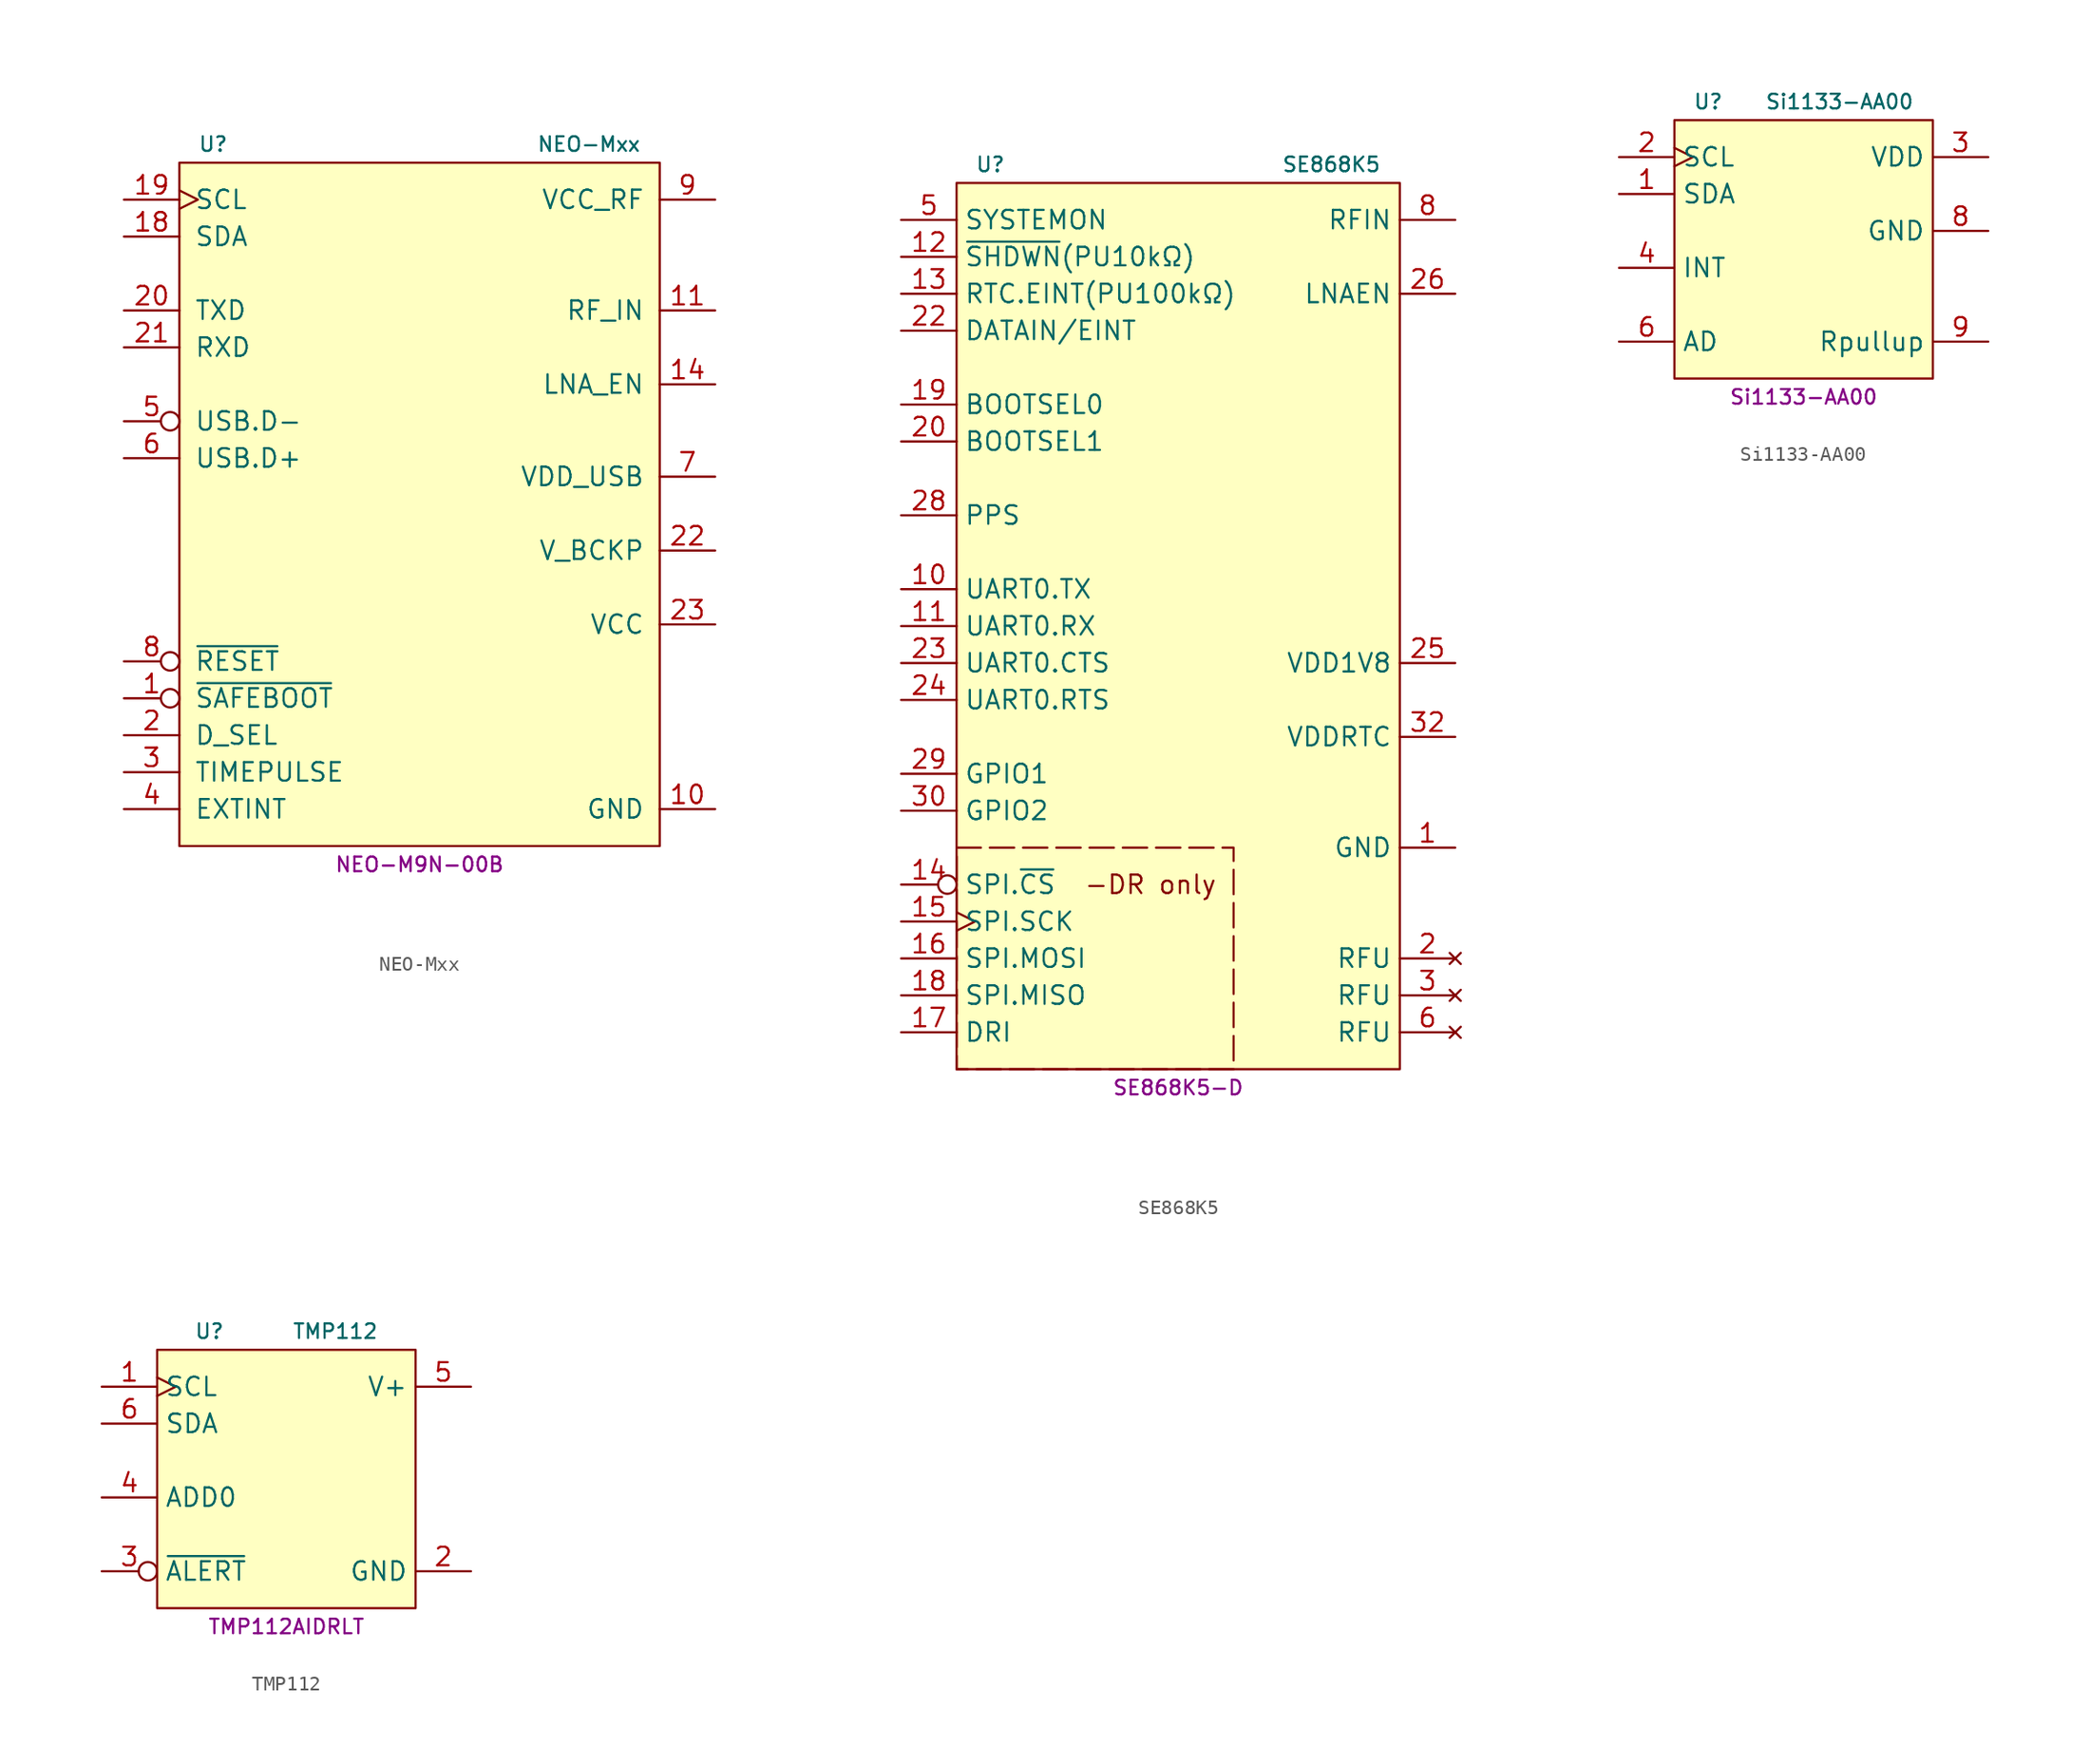
<source format=kicad_sym>
(kicad_symbol_lib
  (version 20231120)
  (generator "kicad_symbol_editor")
  (generator_version "8.0")
  (symbol "NEO-Mxx"
    (pin_names
      (offset 1.016))
    (property "Reference" "U"
      (at -15.24 25.4 0)
      (do_not_autoplace)
      (effects (font (size 1 1)) (justify left)))
    (property "Value" "NEO-Mxx"
      (at 15.24 25.4 0)
      (do_not_autoplace)
      (effects (font (size 1 1)) (justify right)))
    (property "MPN" "NEO-M9N-00B"
      (at 0 -24.13 0)
      (do_not_autoplace)
      (effects (font (size 1 1))))
    (symbol "NEO-Mxx_1_1"
      (rectangle (start -16.51 24.13) (end 16.51 -22.86) (stroke (width 0) (type default)) (fill (type background)))
      (pin input inverted (at -20.32 -12.7 0) (length 3.81) (name "~{SAFEBOOT}" (effects (font (size 1.27 1.27)))) (number "1" (effects (font (size 1.27 1.27)))))
      (pin power_in line (at 20.32 -20.32 180) (length 3.81) (name "GND" (effects (font (size 1.27 1.27)))) (number "10" (effects (font (size 1.27 1.27)))))
      (pin input line (at 20.32 13.97 180) (length 3.81) (name "RF_IN" (effects (font (size 1.27 1.27)))) (number "11" (effects (font (size 1.27 1.27)))))
      (pin passive line (at 20.32 -20.32 180) (length 3.81) hide (name "GND" (effects (font (size 1.27 1.27)))) (number "12" (effects (font (size 1.27 1.27)))))
      (pin passive line (at 20.32 -20.32 180) (length 3.81) hide (name "GND" (effects (font (size 1.27 1.27)))) (number "13" (effects (font (size 1.27 1.27)))))
      (pin output line (at 20.32 8.89 180) (length 3.81) (name "LNA_EN" (effects (font (size 1.27 1.27)))) (number "14" (effects (font (size 1.27 1.27)))))
      (pin open_collector line (at -20.32 19.05 0) (length 3.81) (name "SDA" (effects (font (size 1.27 1.27)))) (number "18" (effects (font (size 1.27 1.27)))) (alternate "~{CS}" input inverted))
      (pin open_collector clock (at -20.32 21.59 0) (length 3.81) (name "SCL" (effects (font (size 1.27 1.27)))) (number "19" (effects (font (size 1.27 1.27)))) (alternate "SCK" input clock))
      (pin input line (at -20.32 -15.24 0) (length 3.81) (name "D_SEL" (effects (font (size 1.27 1.27)))) (number "2" (effects (font (size 1.27 1.27)))))
      (pin output line (at -20.32 13.97 0) (length 3.81) (name "TXD" (effects (font (size 1.27 1.27)))) (number "20" (effects (font (size 1.27 1.27)))) (alternate "MISO" output line))
      (pin input line (at -20.32 11.43 0) (length 3.81) (name "RXD" (effects (font (size 1.27 1.27)))) (number "21" (effects (font (size 1.27 1.27)))) (alternate "MOSI" input line))
      (pin power_in line (at 20.32 -2.54 180) (length 3.81) (name "V_BCKP" (effects (font (size 1.27 1.27)))) (number "22" (effects (font (size 1.27 1.27)))))
      (pin power_in line (at 20.32 -7.62 180) (length 3.81) (name "VCC" (effects (font (size 1.27 1.27)))) (number "23" (effects (font (size 1.27 1.27)))))
      (pin passive line (at 20.32 -20.32 180) (length 3.81) hide (name "GND" (effects (font (size 1.27 1.27)))) (number "24" (effects (font (size 1.27 1.27)))))
      (pin output line (at -20.32 -17.78 0) (length 3.81) (name "TIMEPULSE" (effects (font (size 1.27 1.27)))) (number "3" (effects (font (size 1.27 1.27)))))
      (pin input line (at -20.32 -20.32 0) (length 3.81) (name "EXTINT" (effects (font (size 1.27 1.27)))) (number "4" (effects (font (size 1.27 1.27)))))
      (pin bidirectional inverted (at -20.32 6.35 0) (length 3.81) (name "USB.D-" (effects (font (size 1.27 1.27)))) (number "5" (effects (font (size 1.27 1.27)))))
      (pin bidirectional line (at -20.32 3.81 0) (length 3.81) (name "USB.D+" (effects (font (size 1.27 1.27)))) (number "6" (effects (font (size 1.27 1.27)))))
      (pin power_in line (at 20.32 2.54 180) (length 3.81) (name "VDD_USB" (effects (font (size 1.27 1.27)))) (number "7" (effects (font (size 1.27 1.27)))))
      (pin input inverted (at -20.32 -10.16 0) (length 3.81) (name "~{RESET}" (effects (font (size 1.27 1.27)))) (number "8" (effects (font (size 1.27 1.27)))))
      (pin power_out line (at 20.32 21.59 180) (length 3.81) (name "VCC_RF" (effects (font (size 1.27 1.27)))) (number "9" (effects (font (size 1.27 1.27)))))))
  (symbol "SE868K5"
    (property "Reference" "U"
      (at -13.97 29.21 0)
      (do_not_autoplace)
      (effects (font (size 1 1)) (justify left)))
    (property "Value" "SE868K5"
      (at 13.97 29.21 0)
      (do_not_autoplace)
      (effects (font (size 1 1)) (justify right)))
    (property "MPN" "SE868K5-D"
      (at 0 -34.29 0)
      (do_not_autoplace)
      (effects (font (size 1 1))))
    (symbol "SE868K5_1_1"
      (rectangle (start -15.24 -17.78) (end 3.81 -33.02) (stroke (width 0) (type dash)) (fill (type none)))
      (rectangle (start -15.24 27.94) (end 15.24 -33.02) (stroke (width 0) (type default)) (fill (type background)))
      (text "-DR only" (at -1.905 -20.32 0) (effects (font (size 1.27 1.27))))
      (pin power_in line (at 19.05 -17.78 180) (length 3.81) (name "GND" (effects (font (size 1.27 1.27)))) (number "1" (effects (font (size 1.27 1.27)))))
      (pin output line (at -19.05 0 0) (length 3.81) (name "UART0.TX" (effects (font (size 1.27 1.27)))) (number "10" (effects (font (size 1.27 1.27)))) (alternate "I2C0.SCL" input clock) (alternate "SPI.MISO" output line))
      (pin input line (at -19.05 -2.54 0) (length 3.81) (name "UART0.RX" (effects (font (size 1.27 1.27)))) (number "11" (effects (font (size 1.27 1.27)))) (alternate "I2C0.SDA" bidirectional line) (alternate "SPI.MOSI" input line))
      (pin input line (at -19.05 22.86 0) (length 3.81) (name "~{SHDWN}(PU10kΩ)" (effects (font (size 1.27 1.27)))) (number "12" (effects (font (size 1.27 1.27)))))
      (pin input line (at -19.05 20.32 0) (length 3.81) (name "RTC.EINT(PU100kΩ)" (effects (font (size 1.27 1.27)))) (number "13" (effects (font (size 1.27 1.27)))))
      (pin output inverted (at -19.05 -20.32 0) (length 3.81) (name "SPI.~{CS}" (effects (font (size 1.27 1.27)))) (number "14" (effects (font (size 1.27 1.27)))) (alternate "GPIO" bidirectional line))
      (pin output clock (at -19.05 -22.86 0) (length 3.81) (name "SPI.SCK" (effects (font (size 1.27 1.27)))) (number "15" (effects (font (size 1.27 1.27)))) (alternate "GPIO" bidirectional line))
      (pin output line (at -19.05 -25.4 0) (length 3.81) (name "SPI.MOSI" (effects (font (size 1.27 1.27)))) (number "16" (effects (font (size 1.27 1.27)))) (alternate "GPIO" bidirectional line))
      (pin output line (at -19.05 -30.48 0) (length 3.81) (name "DRI" (effects (font (size 1.27 1.27)))) (number "17" (effects (font (size 1.27 1.27)))) (alternate "SENS.INT" output line) (alternate "WAKEUPHOST" output line))
      (pin input line (at -19.05 -27.94 0) (length 3.81) (name "SPI.MISO" (effects (font (size 1.27 1.27)))) (number "18" (effects (font (size 1.27 1.27)))) (alternate "GPIO" bidirectional line))
      (pin input line (at -19.05 12.7 0) (length 3.81) (name "BOOTSEL0" (effects (font (size 1.27 1.27)))) (number "19" (effects (font (size 1.27 1.27)))))
      (pin no_connect line (at 19.05 -25.4 180) (length 3.81) (name "RFU" (effects (font (size 1.27 1.27)))) (number "2" (effects (font (size 1.27 1.27)))))
      (pin input line (at -19.05 10.16 0) (length 3.81) (name "BOOTSEL1" (effects (font (size 1.27 1.27)))) (number "20" (effects (font (size 1.27 1.27)))))
      (pin passive line (at 19.05 -17.78 180) (length 3.81) hide (name "GND" (effects (font (size 1.27 1.27)))) (number "21" (effects (font (size 1.27 1.27)))))
      (pin input line (at -19.05 17.78 0) (length 3.81) (name "DATAIN/EINT" (effects (font (size 1.27 1.27)))) (number "22" (effects (font (size 1.27 1.27)))))
      (pin input line (at -19.05 -5.08 0) (length 3.81) (name "UART0.CTS" (effects (font (size 1.27 1.27)))) (number "23" (effects (font (size 1.27 1.27)))) (alternate "GPIO" bidirectional line) (alternate "SPI.~{CS}" input inverted))
      (pin output line (at -19.05 -7.62 0) (length 3.81) (name "UART0.RTS" (effects (font (size 1.27 1.27)))) (number "24" (effects (font (size 1.27 1.27)))) (alternate "GPIO" bidirectional line) (alternate "SPI.SCK" input clock))
      (pin power_in line (at 19.05 -5.08 180) (length 3.81) (name "VDD1V8" (effects (font (size 1.27 1.27)))) (number "25" (effects (font (size 1.27 1.27)))))
      (pin output line (at 19.05 20.32 180) (length 3.81) (name "LNAEN" (effects (font (size 1.27 1.27)))) (number "26" (effects (font (size 1.27 1.27)))))
      (pin passive line (at 19.05 -5.08 180) (length 3.81) hide (name "VDD1V8" (effects (font (size 1.27 1.27)))) (number "27" (effects (font (size 1.27 1.27)))))
      (pin bidirectional line (at -19.05 5.08 0) (length 3.81) (name "PPS" (effects (font (size 1.27 1.27)))) (number "28" (effects (font (size 1.27 1.27)))))
      (pin bidirectional line (at -19.05 -12.7 0) (length 3.81) (name "GPIO1" (effects (font (size 1.27 1.27)))) (number "29" (effects (font (size 1.27 1.27)))) (alternate "I2C1.SCL" input clock) (alternate "UART1.RX" input line))
      (pin no_connect line (at 19.05 -27.94 180) (length 3.81) (name "RFU" (effects (font (size 1.27 1.27)))) (number "3" (effects (font (size 1.27 1.27)))))
      (pin bidirectional line (at -19.05 -15.24 0) (length 3.81) (name "GPIO2" (effects (font (size 1.27 1.27)))) (number "30" (effects (font (size 1.27 1.27)))) (alternate "I2C1.SDA" bidirectional line) (alternate "UART1.TX" output line))
      (pin passive line (at 19.05 -17.78 180) (length 3.81) hide (name "GND" (effects (font (size 1.27 1.27)))) (number "31" (effects (font (size 1.27 1.27)))))
      (pin power_in line (at 19.05 -10.16 180) (length 3.81) (name "VDDRTC" (effects (font (size 1.27 1.27)))) (number "32" (effects (font (size 1.27 1.27)))))
      (pin passive line (at 19.05 -17.78 180) (length 3.81) hide (name "GND" (effects (font (size 1.27 1.27)))) (number "4" (effects (font (size 1.27 1.27)))))
      (pin output line (at -19.05 25.4 0) (length 3.81) (name "SYSTEMON" (effects (font (size 1.27 1.27)))) (number "5" (effects (font (size 1.27 1.27)))))
      (pin no_connect line (at 19.05 -30.48 180) (length 3.81) (name "RFU" (effects (font (size 1.27 1.27)))) (number "6" (effects (font (size 1.27 1.27)))))
      (pin passive line (at 19.05 -17.78 180) (length 3.81) hide (name "GND" (effects (font (size 1.27 1.27)))) (number "7" (effects (font (size 1.27 1.27)))))
      (pin input line (at 19.05 25.4 180) (length 3.81) (name "RFIN" (effects (font (size 1.27 1.27)))) (number "8" (effects (font (size 1.27 1.27)))))
      (pin passive line (at 19.05 -17.78 180) (length 3.81) hide (name "GND" (effects (font (size 1.27 1.27)))) (number "9" (effects (font (size 1.27 1.27)))))))
  (symbol "Si1133-AA00"
    (property "Reference" "U"
      (at -7.62 8.89 0)
      (do_not_autoplace)
      (effects (font (size 1 1)) (justify left)))
    (property "Value" "Si1133-AA00"
      (at 7.62 8.89 0)
      (do_not_autoplace)
      (effects (font (size 1 1)) (justify right)))
    (property "MPN" "Si1133-AA00"
      (at 0 -11.43 0)
      (do_not_autoplace)
      (effects (font (size 1 1))))
    (symbol "Si1133-AA00_0_1"
      (rectangle (start -8.89 7.62) (end 8.89 -10.16) (stroke (width 0) (type default)) (fill (type background))))
    (symbol "Si1133-AA00_1_1"
      (pin bidirectional line (at -12.7 2.54 0) (length 3.81) (name "SDA" (effects (font (size 1.27 1.27)))) (number "1" (effects (font (size 1.27 1.27)))))
      (pin open_collector clock (at -12.7 5.08 0) (length 3.81) (name "SCL" (effects (font (size 1.27 1.27)))) (number "2" (effects (font (size 1.27 1.27)))))
      (pin power_in line (at 12.7 5.08 180) (length 3.81) (name "VDD" (effects (font (size 1.27 1.27)))) (number "3" (effects (font (size 1.27 1.27)))))
      (pin output line (at -12.7 -2.54 0) (length 3.81) (name "INT" (effects (font (size 1.27 1.27)))) (number "4" (effects (font (size 1.27 1.27)))))
      (pin passive line (at -12.7 -7.62 0) (length 3.81) (name "AD" (effects (font (size 1.27 1.27)))) (number "6" (effects (font (size 1.27 1.27)))))
      (pin passive line (at 12.7 -7.62 180) (length 3.81) hide (name "Rpullup" (effects (font (size 1.27 1.27)))) (number "7" (effects (font (size 1.27 1.27)))))
      (pin power_in line (at 12.7 0 180) (length 3.81) (name "GND" (effects (font (size 1.27 1.27)))) (number "8" (effects (font (size 1.27 1.27)))))
      (pin passive line (at 12.7 -7.62 180) (length 3.81) (name "Rpullup" (effects (font (size 1.27 1.27)))) (number "9" (effects (font (size 1.27 1.27)))))))
  (symbol "TMP112"
    (property "Reference" "U"
      (at -6.35 8.89 0)
      (do_not_autoplace)
      (effects (font (size 1 1)) (justify left)))
    (property "Value" "TMP112"
      (at 6.35 8.89 0)
      (do_not_autoplace)
      (effects (font (size 1 1)) (justify right)))
    (property "MPN" "TMP112AIDRLT"
      (at 0 -11.43 0)
      (do_not_autoplace)
      (effects (font (size 1 1))))
    (symbol "TMP112_1_1"
      (rectangle (start -8.89 7.62) (end 8.89 -10.16) (stroke (width 0) (type default)) (fill (type background)))
      (pin open_collector clock (at -12.7 5.08 0) (length 3.81) (name "SCL" (effects (font (size 1.27 1.27)))) (number "1" (effects (font (size 1.27 1.27)))))
      (pin power_in line (at 12.7 -7.62 180) (length 3.81) (name "GND" (effects (font (size 1.27 1.27)))) (number "2" (effects (font (size 1.27 1.27)))))
      (pin open_collector inverted (at -12.7 -7.62 0) (length 3.81) (name "~{ALERT}" (effects (font (size 1.27 1.27)))) (number "3" (effects (font (size 1.27 1.27)))))
      (pin input line (at -12.7 -2.54 0) (length 3.81) (name "ADD0" (effects (font (size 1.27 1.27)))) (number "4" (effects (font (size 1.27 1.27)))))
      (pin power_in line (at 12.7 5.08 180) (length 3.81) (name "V+" (effects (font (size 1.27 1.27)))) (number "5" (effects (font (size 1.27 1.27)))))
      (pin open_collector line (at -12.7 2.54 0) (length 3.81) (name "SDA" (effects (font (size 1.27 1.27)))) (number "6" (effects (font (size 1.27 1.27))))))))
</source>
